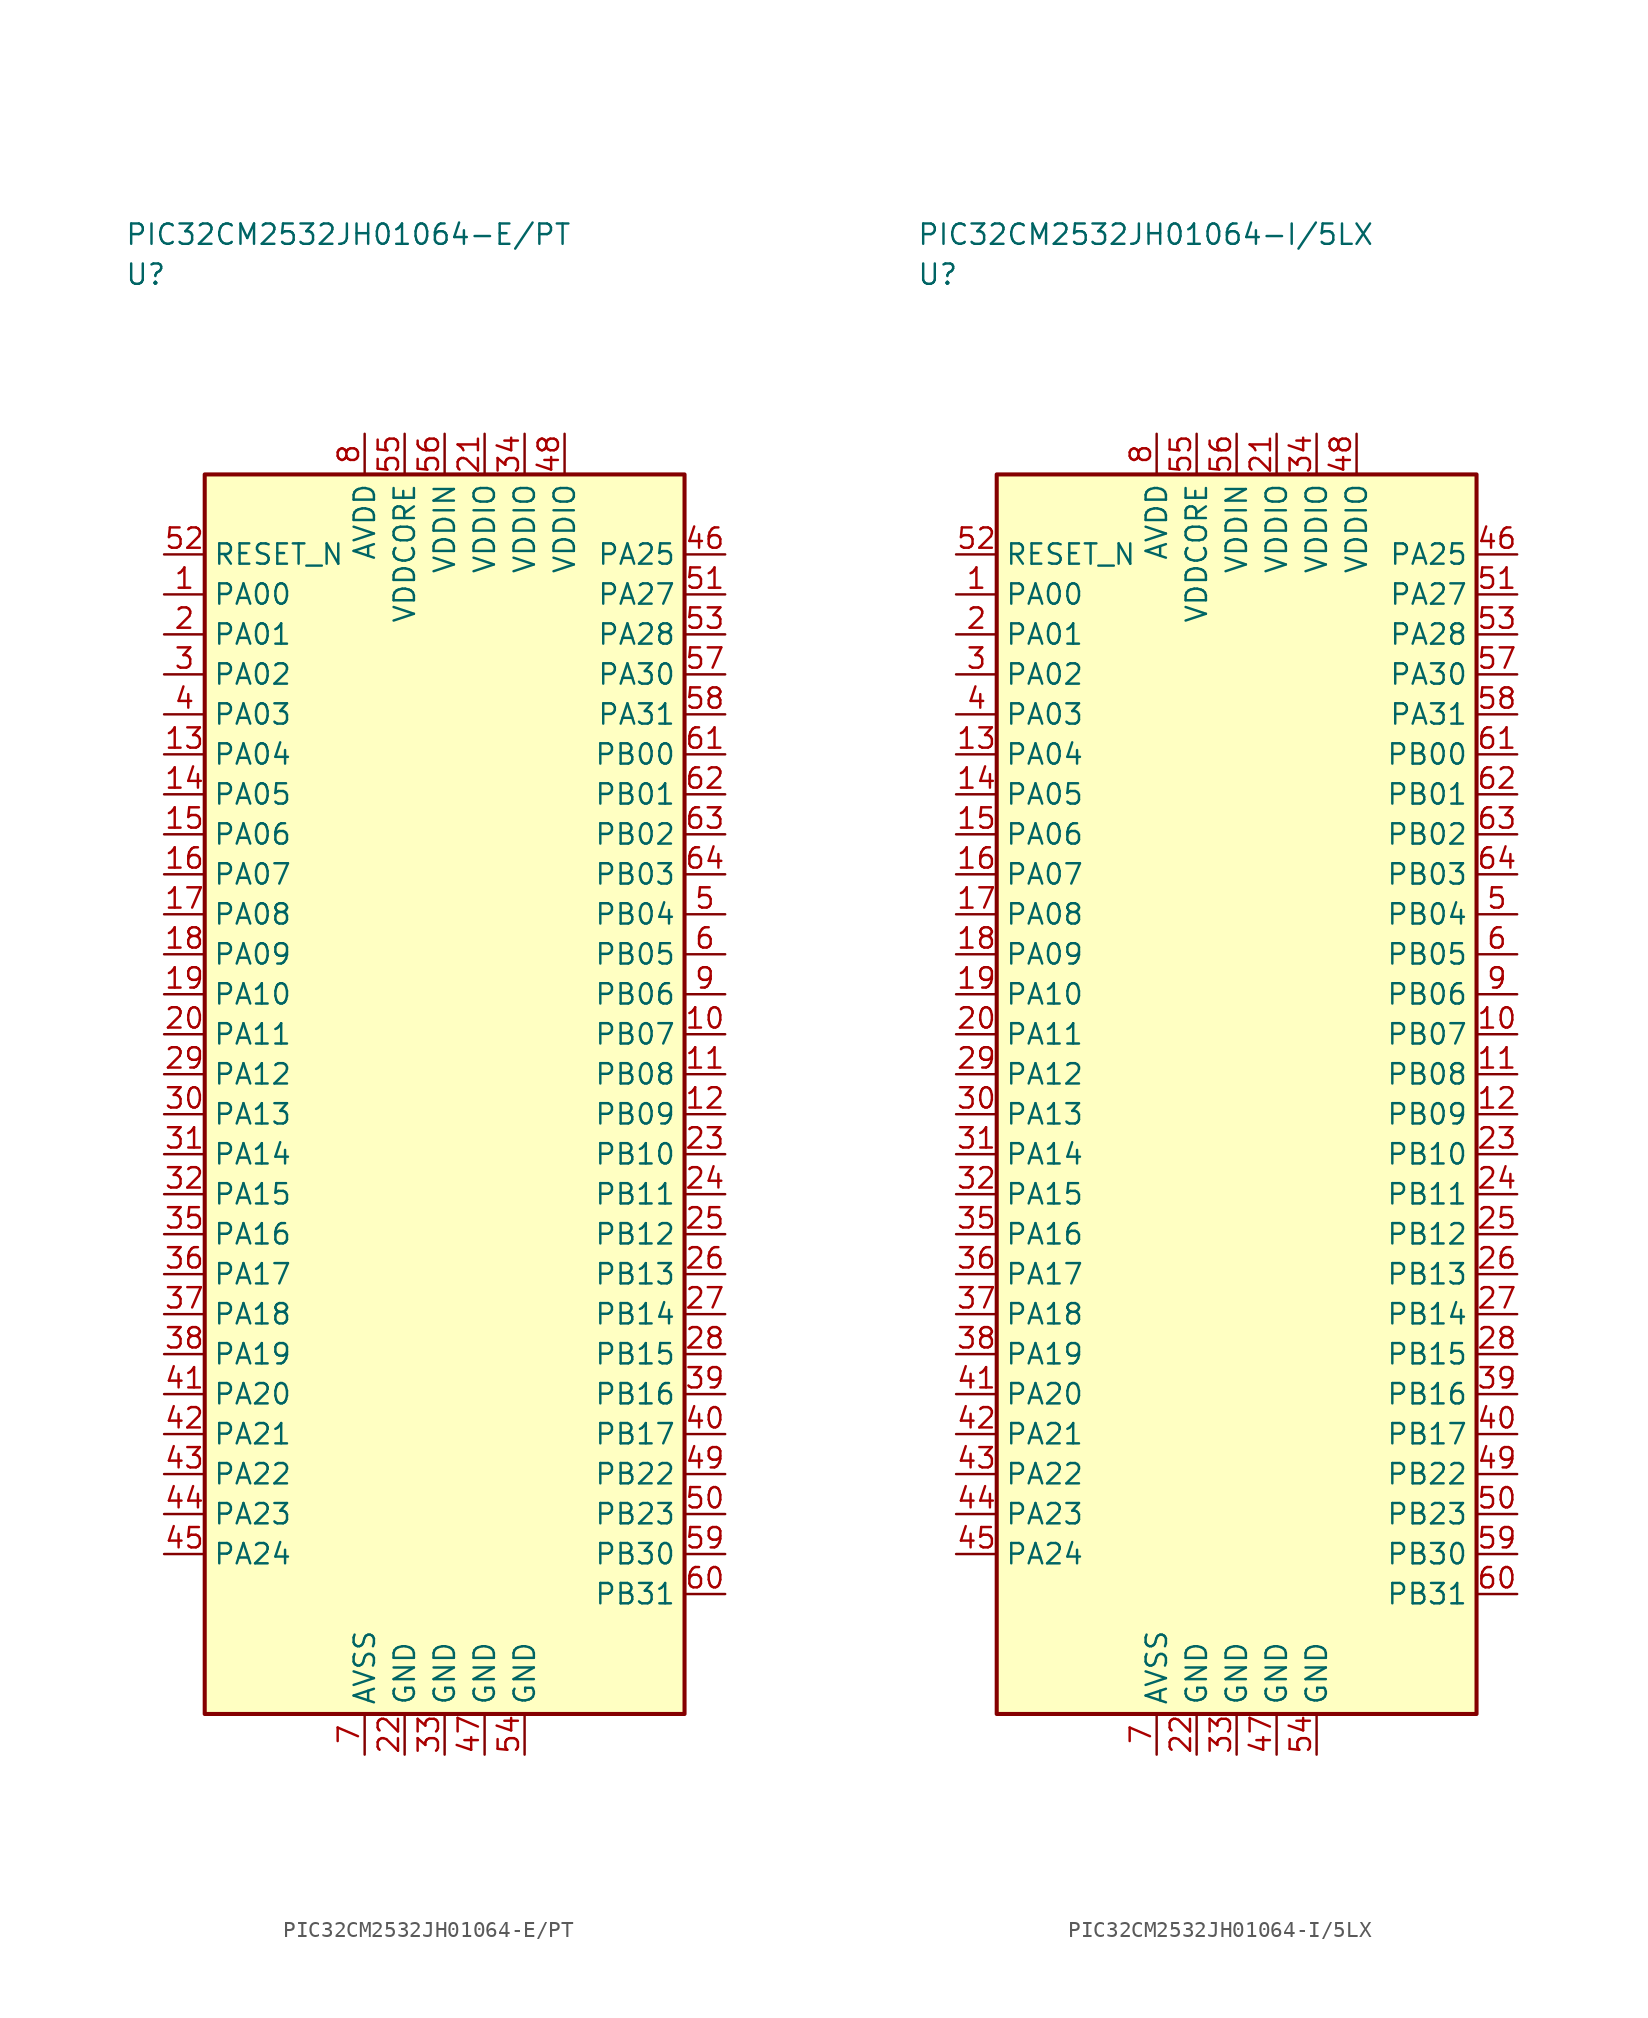
<source format=kicad_sym>
(kicad_symbol_lib
  (version 20241025)
  (generator "kicad_symbol_editor")
  (generator_version "8.0")
  (symbol "PIC32CM2532JH01064-E/PT"
    (property "Reference" "U"
      (at -20.0 51.25 0)
      (effects (font (size 1.27 1.27)) (justify left)))
    (property "Value" "PIC32CM2532JH01064-E/PT"
      (at -20.0 53.75 0)
      (effects (font (size 1.27 1.27)) (justify left)))
    (symbol "PIC32CM2532JH01064-E/PT_0_1"
      (rectangle (start -15.0 38.75) (end 15.0 -38.75) (stroke (width 0.254) (type default)) (fill (type background))))
    (symbol "PIC32CM2532JH01064-E/PT_1_1"
      (pin bidirectional line (at -17.54 31.25 0.0) (length 2.54) (name "PA00" (effects (font (size 1.27 1.27)))) (number "1" (effects (font (size 1.27 1.27)))))
      (pin bidirectional line (at -17.54 28.75 0.0) (length 2.54) (name "PA01" (effects (font (size 1.27 1.27)))) (number "2" (effects (font (size 1.27 1.27)))))
      (pin bidirectional line (at -17.54 26.25 0.0) (length 2.54) (name "PA02" (effects (font (size 1.27 1.27)))) (number "3" (effects (font (size 1.27 1.27)))))
      (pin bidirectional line (at -17.54 23.75 0.0) (length 2.54) (name "PA03" (effects (font (size 1.27 1.27)))) (number "4" (effects (font (size 1.27 1.27)))))
      (pin bidirectional line (at 17.54 11.25 180.0) (length 2.54) (name "PB04" (effects (font (size 1.27 1.27)))) (number "5" (effects (font (size 1.27 1.27)))))
      (pin bidirectional line (at 17.54 8.75 180.0) (length 2.54) (name "PB05" (effects (font (size 1.27 1.27)))) (number "6" (effects (font (size 1.27 1.27)))))
      (pin passive line (at -5.0 -41.29 90.0) (length 2.54) (name "AVSS" (effects (font (size 1.27 1.27)))) (number "7" (effects (font (size 1.27 1.27)))))
      (pin power_in line (at -5.0 41.29 270.0) (length 2.54) (name "AVDD" (effects (font (size 1.27 1.27)))) (number "8" (effects (font (size 1.27 1.27)))))
      (pin bidirectional line (at 17.54 6.25 180.0) (length 2.54) (name "PB06" (effects (font (size 1.27 1.27)))) (number "9" (effects (font (size 1.27 1.27)))))
      (pin bidirectional line (at 17.54 3.75 180.0) (length 2.54) (name "PB07" (effects (font (size 1.27 1.27)))) (number "10" (effects (font (size 1.27 1.27)))))
      (pin bidirectional line (at 17.54 1.25 180.0) (length 2.54) (name "PB08" (effects (font (size 1.27 1.27)))) (number "11" (effects (font (size 1.27 1.27)))))
      (pin bidirectional line (at 17.54 -1.25 180.0) (length 2.54) (name "PB09" (effects (font (size 1.27 1.27)))) (number "12" (effects (font (size 1.27 1.27)))))
      (pin bidirectional line (at -17.54 21.25 0.0) (length 2.54) (name "PA04" (effects (font (size 1.27 1.27)))) (number "13" (effects (font (size 1.27 1.27)))))
      (pin bidirectional line (at -17.54 18.75 0.0) (length 2.54) (name "PA05" (effects (font (size 1.27 1.27)))) (number "14" (effects (font (size 1.27 1.27)))))
      (pin bidirectional line (at -17.54 16.25 0.0) (length 2.54) (name "PA06" (effects (font (size 1.27 1.27)))) (number "15" (effects (font (size 1.27 1.27)))))
      (pin bidirectional line (at -17.54 13.75 0.0) (length 2.54) (name "PA07" (effects (font (size 1.27 1.27)))) (number "16" (effects (font (size 1.27 1.27)))))
      (pin bidirectional line (at -17.54 11.25 0.0) (length 2.54) (name "PA08" (effects (font (size 1.27 1.27)))) (number "17" (effects (font (size 1.27 1.27)))))
      (pin bidirectional line (at -17.54 8.75 0.0) (length 2.54) (name "PA09" (effects (font (size 1.27 1.27)))) (number "18" (effects (font (size 1.27 1.27)))))
      (pin bidirectional line (at -17.54 6.25 0.0) (length 2.54) (name "PA10" (effects (font (size 1.27 1.27)))) (number "19" (effects (font (size 1.27 1.27)))))
      (pin bidirectional line (at -17.54 3.75 0.0) (length 2.54) (name "PA11" (effects (font (size 1.27 1.27)))) (number "20" (effects (font (size 1.27 1.27)))))
      (pin power_in line (at 2.5 41.29 270.0) (length 2.54) (name "VDDIO" (effects (font (size 1.27 1.27)))) (number "21" (effects (font (size 1.27 1.27)))))
      (pin passive line (at -2.5 -41.29 90.0) (length 2.54) (name "GND" (effects (font (size 1.27 1.27)))) (number "22" (effects (font (size 1.27 1.27)))))
      (pin bidirectional line (at 17.54 -3.75 180.0) (length 2.54) (name "PB10" (effects (font (size 1.27 1.27)))) (number "23" (effects (font (size 1.27 1.27)))))
      (pin bidirectional line (at 17.54 -6.25 180.0) (length 2.54) (name "PB11" (effects (font (size 1.27 1.27)))) (number "24" (effects (font (size 1.27 1.27)))))
      (pin bidirectional line (at 17.54 -8.75 180.0) (length 2.54) (name "PB12" (effects (font (size 1.27 1.27)))) (number "25" (effects (font (size 1.27 1.27)))))
      (pin bidirectional line (at 17.54 -11.25 180.0) (length 2.54) (name "PB13" (effects (font (size 1.27 1.27)))) (number "26" (effects (font (size 1.27 1.27)))))
      (pin bidirectional line (at 17.54 -13.75 180.0) (length 2.54) (name "PB14" (effects (font (size 1.27 1.27)))) (number "27" (effects (font (size 1.27 1.27)))))
      (pin bidirectional line (at 17.54 -16.25 180.0) (length 2.54) (name "PB15" (effects (font (size 1.27 1.27)))) (number "28" (effects (font (size 1.27 1.27)))))
      (pin bidirectional line (at -17.54 1.25 0.0) (length 2.54) (name "PA12" (effects (font (size 1.27 1.27)))) (number "29" (effects (font (size 1.27 1.27)))))
      (pin bidirectional line (at -17.54 -1.25 0.0) (length 2.54) (name "PA13" (effects (font (size 1.27 1.27)))) (number "30" (effects (font (size 1.27 1.27)))))
      (pin bidirectional line (at -17.54 -3.75 0.0) (length 2.54) (name "PA14" (effects (font (size 1.27 1.27)))) (number "31" (effects (font (size 1.27 1.27)))))
      (pin bidirectional line (at -17.54 -6.25 0.0) (length 2.54) (name "PA15" (effects (font (size 1.27 1.27)))) (number "32" (effects (font (size 1.27 1.27)))))
      (pin passive line (at 0.0 -41.29 90.0) (length 2.54) (name "GND" (effects (font (size 1.27 1.27)))) (number "33" (effects (font (size 1.27 1.27)))))
      (pin power_in line (at 5.0 41.29 270.0) (length 2.54) (name "VDDIO" (effects (font (size 1.27 1.27)))) (number "34" (effects (font (size 1.27 1.27)))))
      (pin bidirectional line (at -17.54 -8.75 0.0) (length 2.54) (name "PA16" (effects (font (size 1.27 1.27)))) (number "35" (effects (font (size 1.27 1.27)))))
      (pin bidirectional line (at -17.54 -11.25 0.0) (length 2.54) (name "PA17" (effects (font (size 1.27 1.27)))) (number "36" (effects (font (size 1.27 1.27)))))
      (pin bidirectional line (at -17.54 -13.75 0.0) (length 2.54) (name "PA18" (effects (font (size 1.27 1.27)))) (number "37" (effects (font (size 1.27 1.27)))))
      (pin bidirectional line (at -17.54 -16.25 0.0) (length 2.54) (name "PA19" (effects (font (size 1.27 1.27)))) (number "38" (effects (font (size 1.27 1.27)))))
      (pin bidirectional line (at 17.54 -18.75 180.0) (length 2.54) (name "PB16" (effects (font (size 1.27 1.27)))) (number "39" (effects (font (size 1.27 1.27)))))
      (pin bidirectional line (at 17.54 -21.25 180.0) (length 2.54) (name "PB17" (effects (font (size 1.27 1.27)))) (number "40" (effects (font (size 1.27 1.27)))))
      (pin bidirectional line (at -17.54 -18.75 0.0) (length 2.54) (name "PA20" (effects (font (size 1.27 1.27)))) (number "41" (effects (font (size 1.27 1.27)))))
      (pin bidirectional line (at -17.54 -21.25 0.0) (length 2.54) (name "PA21" (effects (font (size 1.27 1.27)))) (number "42" (effects (font (size 1.27 1.27)))))
      (pin bidirectional line (at -17.54 -23.75 0.0) (length 2.54) (name "PA22" (effects (font (size 1.27 1.27)))) (number "43" (effects (font (size 1.27 1.27)))))
      (pin bidirectional line (at -17.54 -26.25 0.0) (length 2.54) (name "PA23" (effects (font (size 1.27 1.27)))) (number "44" (effects (font (size 1.27 1.27)))))
      (pin bidirectional line (at -17.54 -28.75 0.0) (length 2.54) (name "PA24" (effects (font (size 1.27 1.27)))) (number "45" (effects (font (size 1.27 1.27)))))
      (pin bidirectional line (at 17.54 33.75 180.0) (length 2.54) (name "PA25" (effects (font (size 1.27 1.27)))) (number "46" (effects (font (size 1.27 1.27)))))
      (pin passive line (at 2.5 -41.29 90.0) (length 2.54) (name "GND" (effects (font (size 1.27 1.27)))) (number "47" (effects (font (size 1.27 1.27)))))
      (pin power_in line (at 7.5 41.29 270.0) (length 2.54) (name "VDDIO" (effects (font (size 1.27 1.27)))) (number "48" (effects (font (size 1.27 1.27)))))
      (pin bidirectional line (at 17.54 -23.75 180.0) (length 2.54) (name "PB22" (effects (font (size 1.27 1.27)))) (number "49" (effects (font (size 1.27 1.27)))))
      (pin bidirectional line (at 17.54 -26.25 180.0) (length 2.54) (name "PB23" (effects (font (size 1.27 1.27)))) (number "50" (effects (font (size 1.27 1.27)))))
      (pin bidirectional line (at 17.54 31.25 180.0) (length 2.54) (name "PA27" (effects (font (size 1.27 1.27)))) (number "51" (effects (font (size 1.27 1.27)))))
      (pin input line (at -17.54 33.75 0.0) (length 2.54) (name "RESET_N" (effects (font (size 1.27 1.27)))) (number "52" (effects (font (size 1.27 1.27)))))
      (pin bidirectional line (at 17.54 28.75 180.0) (length 2.54) (name "PA28" (effects (font (size 1.27 1.27)))) (number "53" (effects (font (size 1.27 1.27)))))
      (pin passive line (at 5.0 -41.29 90.0) (length 2.54) (name "GND" (effects (font (size 1.27 1.27)))) (number "54" (effects (font (size 1.27 1.27)))))
      (pin power_in line (at -2.5 41.29 270.0) (length 2.54) (name "VDDCORE" (effects (font (size 1.27 1.27)))) (number "55" (effects (font (size 1.27 1.27)))))
      (pin power_in line (at 0.0 41.29 270.0) (length 2.54) (name "VDDIN" (effects (font (size 1.27 1.27)))) (number "56" (effects (font (size 1.27 1.27)))))
      (pin bidirectional line (at 17.54 26.25 180.0) (length 2.54) (name "PA30" (effects (font (size 1.27 1.27)))) (number "57" (effects (font (size 1.27 1.27)))))
      (pin bidirectional line (at 17.54 23.75 180.0) (length 2.54) (name "PA31" (effects (font (size 1.27 1.27)))) (number "58" (effects (font (size 1.27 1.27)))))
      (pin bidirectional line (at 17.54 -28.75 180.0) (length 2.54) (name "PB30" (effects (font (size 1.27 1.27)))) (number "59" (effects (font (size 1.27 1.27)))))
      (pin bidirectional line (at 17.54 -31.25 180.0) (length 2.54) (name "PB31" (effects (font (size 1.27 1.27)))) (number "60" (effects (font (size 1.27 1.27)))))
      (pin bidirectional line (at 17.54 21.25 180.0) (length 2.54) (name "PB00" (effects (font (size 1.27 1.27)))) (number "61" (effects (font (size 1.27 1.27)))))
      (pin bidirectional line (at 17.54 18.75 180.0) (length 2.54) (name "PB01" (effects (font (size 1.27 1.27)))) (number "62" (effects (font (size 1.27 1.27)))))
      (pin bidirectional line (at 17.54 16.25 180.0) (length 2.54) (name "PB02" (effects (font (size 1.27 1.27)))) (number "63" (effects (font (size 1.27 1.27)))))
      (pin bidirectional line (at 17.54 13.75 180.0) (length 2.54) (name "PB03" (effects (font (size 1.27 1.27)))) (number "64" (effects (font (size 1.27 1.27)))))))
  (symbol "PIC32CM2532JH01064-I/5LX"
    (property "Reference" "U"
      (at -20.0 51.25 0)
      (effects (font (size 1.27 1.27)) (justify left)))
    (property "Value" "PIC32CM2532JH01064-I/5LX"
      (at -20.0 53.75 0)
      (effects (font (size 1.27 1.27)) (justify left)))
    (symbol "PIC32CM2532JH01064-I/5LX_0_1"
      (rectangle (start -15.0 38.75) (end 15.0 -38.75) (stroke (width 0.254) (type default)) (fill (type background))))
    (symbol "PIC32CM2532JH01064-I/5LX_1_1"
      (pin bidirectional line (at -17.54 31.25 0.0) (length 2.54) (name "PA00" (effects (font (size 1.27 1.27)))) (number "1" (effects (font (size 1.27 1.27)))))
      (pin bidirectional line (at -17.54 28.75 0.0) (length 2.54) (name "PA01" (effects (font (size 1.27 1.27)))) (number "2" (effects (font (size 1.27 1.27)))))
      (pin bidirectional line (at -17.54 26.25 0.0) (length 2.54) (name "PA02" (effects (font (size 1.27 1.27)))) (number "3" (effects (font (size 1.27 1.27)))))
      (pin bidirectional line (at -17.54 23.75 0.0) (length 2.54) (name "PA03" (effects (font (size 1.27 1.27)))) (number "4" (effects (font (size 1.27 1.27)))))
      (pin bidirectional line (at 17.54 11.25 180.0) (length 2.54) (name "PB04" (effects (font (size 1.27 1.27)))) (number "5" (effects (font (size 1.27 1.27)))))
      (pin bidirectional line (at 17.54 8.75 180.0) (length 2.54) (name "PB05" (effects (font (size 1.27 1.27)))) (number "6" (effects (font (size 1.27 1.27)))))
      (pin passive line (at -5.0 -41.29 90.0) (length 2.54) (name "AVSS" (effects (font (size 1.27 1.27)))) (number "7" (effects (font (size 1.27 1.27)))))
      (pin power_in line (at -5.0 41.29 270.0) (length 2.54) (name "AVDD" (effects (font (size 1.27 1.27)))) (number "8" (effects (font (size 1.27 1.27)))))
      (pin bidirectional line (at 17.54 6.25 180.0) (length 2.54) (name "PB06" (effects (font (size 1.27 1.27)))) (number "9" (effects (font (size 1.27 1.27)))))
      (pin bidirectional line (at 17.54 3.75 180.0) (length 2.54) (name "PB07" (effects (font (size 1.27 1.27)))) (number "10" (effects (font (size 1.27 1.27)))))
      (pin bidirectional line (at 17.54 1.25 180.0) (length 2.54) (name "PB08" (effects (font (size 1.27 1.27)))) (number "11" (effects (font (size 1.27 1.27)))))
      (pin bidirectional line (at 17.54 -1.25 180.0) (length 2.54) (name "PB09" (effects (font (size 1.27 1.27)))) (number "12" (effects (font (size 1.27 1.27)))))
      (pin bidirectional line (at -17.54 21.25 0.0) (length 2.54) (name "PA04" (effects (font (size 1.27 1.27)))) (number "13" (effects (font (size 1.27 1.27)))))
      (pin bidirectional line (at -17.54 18.75 0.0) (length 2.54) (name "PA05" (effects (font (size 1.27 1.27)))) (number "14" (effects (font (size 1.27 1.27)))))
      (pin bidirectional line (at -17.54 16.25 0.0) (length 2.54) (name "PA06" (effects (font (size 1.27 1.27)))) (number "15" (effects (font (size 1.27 1.27)))))
      (pin bidirectional line (at -17.54 13.75 0.0) (length 2.54) (name "PA07" (effects (font (size 1.27 1.27)))) (number "16" (effects (font (size 1.27 1.27)))))
      (pin bidirectional line (at -17.54 11.25 0.0) (length 2.54) (name "PA08" (effects (font (size 1.27 1.27)))) (number "17" (effects (font (size 1.27 1.27)))))
      (pin bidirectional line (at -17.54 8.75 0.0) (length 2.54) (name "PA09" (effects (font (size 1.27 1.27)))) (number "18" (effects (font (size 1.27 1.27)))))
      (pin bidirectional line (at -17.54 6.25 0.0) (length 2.54) (name "PA10" (effects (font (size 1.27 1.27)))) (number "19" (effects (font (size 1.27 1.27)))))
      (pin bidirectional line (at -17.54 3.75 0.0) (length 2.54) (name "PA11" (effects (font (size 1.27 1.27)))) (number "20" (effects (font (size 1.27 1.27)))))
      (pin power_in line (at 2.5 41.29 270.0) (length 2.54) (name "VDDIO" (effects (font (size 1.27 1.27)))) (number "21" (effects (font (size 1.27 1.27)))))
      (pin passive line (at -2.5 -41.29 90.0) (length 2.54) (name "GND" (effects (font (size 1.27 1.27)))) (number "22" (effects (font (size 1.27 1.27)))))
      (pin bidirectional line (at 17.54 -3.75 180.0) (length 2.54) (name "PB10" (effects (font (size 1.27 1.27)))) (number "23" (effects (font (size 1.27 1.27)))))
      (pin bidirectional line (at 17.54 -6.25 180.0) (length 2.54) (name "PB11" (effects (font (size 1.27 1.27)))) (number "24" (effects (font (size 1.27 1.27)))))
      (pin bidirectional line (at 17.54 -8.75 180.0) (length 2.54) (name "PB12" (effects (font (size 1.27 1.27)))) (number "25" (effects (font (size 1.27 1.27)))))
      (pin bidirectional line (at 17.54 -11.25 180.0) (length 2.54) (name "PB13" (effects (font (size 1.27 1.27)))) (number "26" (effects (font (size 1.27 1.27)))))
      (pin bidirectional line (at 17.54 -13.75 180.0) (length 2.54) (name "PB14" (effects (font (size 1.27 1.27)))) (number "27" (effects (font (size 1.27 1.27)))))
      (pin bidirectional line (at 17.54 -16.25 180.0) (length 2.54) (name "PB15" (effects (font (size 1.27 1.27)))) (number "28" (effects (font (size 1.27 1.27)))))
      (pin bidirectional line (at -17.54 1.25 0.0) (length 2.54) (name "PA12" (effects (font (size 1.27 1.27)))) (number "29" (effects (font (size 1.27 1.27)))))
      (pin bidirectional line (at -17.54 -1.25 0.0) (length 2.54) (name "PA13" (effects (font (size 1.27 1.27)))) (number "30" (effects (font (size 1.27 1.27)))))
      (pin bidirectional line (at -17.54 -3.75 0.0) (length 2.54) (name "PA14" (effects (font (size 1.27 1.27)))) (number "31" (effects (font (size 1.27 1.27)))))
      (pin bidirectional line (at -17.54 -6.25 0.0) (length 2.54) (name "PA15" (effects (font (size 1.27 1.27)))) (number "32" (effects (font (size 1.27 1.27)))))
      (pin passive line (at 0.0 -41.29 90.0) (length 2.54) (name "GND" (effects (font (size 1.27 1.27)))) (number "33" (effects (font (size 1.27 1.27)))))
      (pin power_in line (at 5.0 41.29 270.0) (length 2.54) (name "VDDIO" (effects (font (size 1.27 1.27)))) (number "34" (effects (font (size 1.27 1.27)))))
      (pin bidirectional line (at -17.54 -8.75 0.0) (length 2.54) (name "PA16" (effects (font (size 1.27 1.27)))) (number "35" (effects (font (size 1.27 1.27)))))
      (pin bidirectional line (at -17.54 -11.25 0.0) (length 2.54) (name "PA17" (effects (font (size 1.27 1.27)))) (number "36" (effects (font (size 1.27 1.27)))))
      (pin bidirectional line (at -17.54 -13.75 0.0) (length 2.54) (name "PA18" (effects (font (size 1.27 1.27)))) (number "37" (effects (font (size 1.27 1.27)))))
      (pin bidirectional line (at -17.54 -16.25 0.0) (length 2.54) (name "PA19" (effects (font (size 1.27 1.27)))) (number "38" (effects (font (size 1.27 1.27)))))
      (pin bidirectional line (at 17.54 -18.75 180.0) (length 2.54) (name "PB16" (effects (font (size 1.27 1.27)))) (number "39" (effects (font (size 1.27 1.27)))))
      (pin bidirectional line (at 17.54 -21.25 180.0) (length 2.54) (name "PB17" (effects (font (size 1.27 1.27)))) (number "40" (effects (font (size 1.27 1.27)))))
      (pin bidirectional line (at -17.54 -18.75 0.0) (length 2.54) (name "PA20" (effects (font (size 1.27 1.27)))) (number "41" (effects (font (size 1.27 1.27)))))
      (pin bidirectional line (at -17.54 -21.25 0.0) (length 2.54) (name "PA21" (effects (font (size 1.27 1.27)))) (number "42" (effects (font (size 1.27 1.27)))))
      (pin bidirectional line (at -17.54 -23.75 0.0) (length 2.54) (name "PA22" (effects (font (size 1.27 1.27)))) (number "43" (effects (font (size 1.27 1.27)))))
      (pin bidirectional line (at -17.54 -26.25 0.0) (length 2.54) (name "PA23" (effects (font (size 1.27 1.27)))) (number "44" (effects (font (size 1.27 1.27)))))
      (pin bidirectional line (at -17.54 -28.75 0.0) (length 2.54) (name "PA24" (effects (font (size 1.27 1.27)))) (number "45" (effects (font (size 1.27 1.27)))))
      (pin bidirectional line (at 17.54 33.75 180.0) (length 2.54) (name "PA25" (effects (font (size 1.27 1.27)))) (number "46" (effects (font (size 1.27 1.27)))))
      (pin passive line (at 2.5 -41.29 90.0) (length 2.54) (name "GND" (effects (font (size 1.27 1.27)))) (number "47" (effects (font (size 1.27 1.27)))))
      (pin power_in line (at 7.5 41.29 270.0) (length 2.54) (name "VDDIO" (effects (font (size 1.27 1.27)))) (number "48" (effects (font (size 1.27 1.27)))))
      (pin bidirectional line (at 17.54 -23.75 180.0) (length 2.54) (name "PB22" (effects (font (size 1.27 1.27)))) (number "49" (effects (font (size 1.27 1.27)))))
      (pin bidirectional line (at 17.54 -26.25 180.0) (length 2.54) (name "PB23" (effects (font (size 1.27 1.27)))) (number "50" (effects (font (size 1.27 1.27)))))
      (pin bidirectional line (at 17.54 31.25 180.0) (length 2.54) (name "PA27" (effects (font (size 1.27 1.27)))) (number "51" (effects (font (size 1.27 1.27)))))
      (pin input line (at -17.54 33.75 0.0) (length 2.54) (name "RESET_N" (effects (font (size 1.27 1.27)))) (number "52" (effects (font (size 1.27 1.27)))))
      (pin bidirectional line (at 17.54 28.75 180.0) (length 2.54) (name "PA28" (effects (font (size 1.27 1.27)))) (number "53" (effects (font (size 1.27 1.27)))))
      (pin passive line (at 5.0 -41.29 90.0) (length 2.54) (name "GND" (effects (font (size 1.27 1.27)))) (number "54" (effects (font (size 1.27 1.27)))))
      (pin power_in line (at -2.5 41.29 270.0) (length 2.54) (name "VDDCORE" (effects (font (size 1.27 1.27)))) (number "55" (effects (font (size 1.27 1.27)))))
      (pin power_in line (at 0.0 41.29 270.0) (length 2.54) (name "VDDIN" (effects (font (size 1.27 1.27)))) (number "56" (effects (font (size 1.27 1.27)))))
      (pin bidirectional line (at 17.54 26.25 180.0) (length 2.54) (name "PA30" (effects (font (size 1.27 1.27)))) (number "57" (effects (font (size 1.27 1.27)))))
      (pin bidirectional line (at 17.54 23.75 180.0) (length 2.54) (name "PA31" (effects (font (size 1.27 1.27)))) (number "58" (effects (font (size 1.27 1.27)))))
      (pin bidirectional line (at 17.54 -28.75 180.0) (length 2.54) (name "PB30" (effects (font (size 1.27 1.27)))) (number "59" (effects (font (size 1.27 1.27)))))
      (pin bidirectional line (at 17.54 -31.25 180.0) (length 2.54) (name "PB31" (effects (font (size 1.27 1.27)))) (number "60" (effects (font (size 1.27 1.27)))))
      (pin bidirectional line (at 17.54 21.25 180.0) (length 2.54) (name "PB00" (effects (font (size 1.27 1.27)))) (number "61" (effects (font (size 1.27 1.27)))))
      (pin bidirectional line (at 17.54 18.75 180.0) (length 2.54) (name "PB01" (effects (font (size 1.27 1.27)))) (number "62" (effects (font (size 1.27 1.27)))))
      (pin bidirectional line (at 17.54 16.25 180.0) (length 2.54) (name "PB02" (effects (font (size 1.27 1.27)))) (number "63" (effects (font (size 1.27 1.27)))))
      (pin bidirectional line (at 17.54 13.75 180.0) (length 2.54) (name "PB03" (effects (font (size 1.27 1.27)))) (number "64" (effects (font (size 1.27 1.27))))))))
</source>
